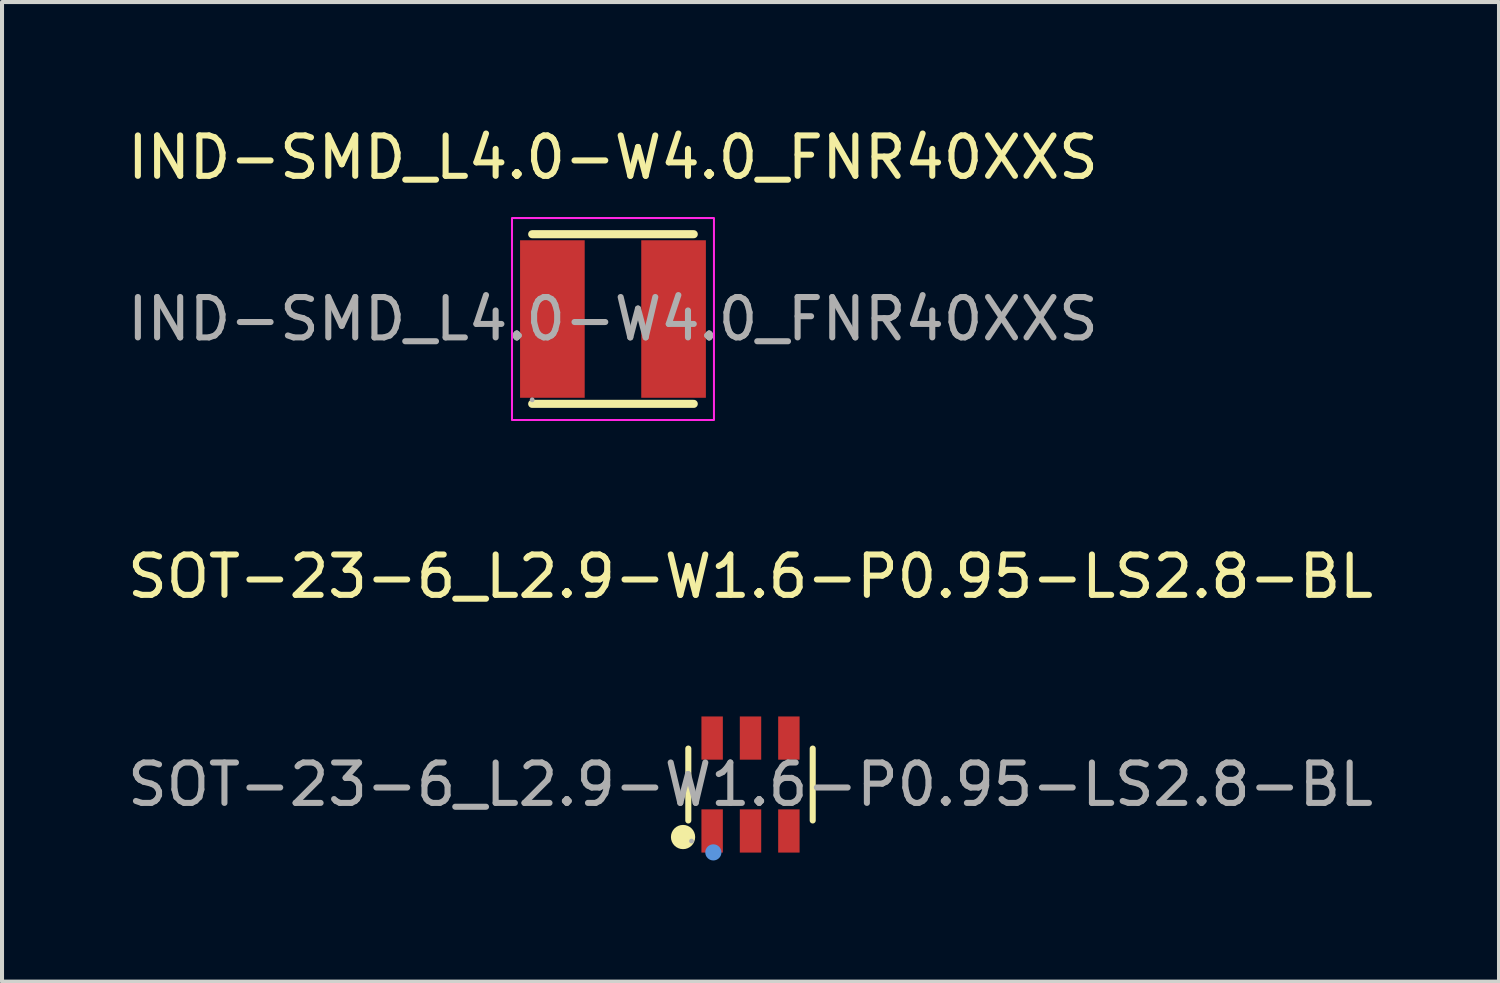
<source format=kicad_pcb>
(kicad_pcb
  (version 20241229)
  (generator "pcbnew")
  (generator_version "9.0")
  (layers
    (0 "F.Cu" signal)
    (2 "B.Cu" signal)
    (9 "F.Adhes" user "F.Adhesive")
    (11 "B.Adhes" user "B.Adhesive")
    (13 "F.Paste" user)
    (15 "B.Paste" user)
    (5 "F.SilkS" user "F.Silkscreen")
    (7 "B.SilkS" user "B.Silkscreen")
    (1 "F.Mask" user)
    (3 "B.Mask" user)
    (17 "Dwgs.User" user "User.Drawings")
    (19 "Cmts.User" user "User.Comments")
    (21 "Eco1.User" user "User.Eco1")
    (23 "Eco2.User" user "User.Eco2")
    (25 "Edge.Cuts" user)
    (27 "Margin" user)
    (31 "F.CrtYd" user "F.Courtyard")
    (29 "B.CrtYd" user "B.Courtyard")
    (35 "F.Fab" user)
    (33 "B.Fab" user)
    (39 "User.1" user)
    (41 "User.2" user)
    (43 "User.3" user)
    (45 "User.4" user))
  (footprint "IND-SMD_L4.0-W4.0_FNR40XXS"
    (layer "F.Cu")
    (at 12.125 4.848)
    (property "Reference" "IND-SMD_L4.0-W4.0_FNR40XXS" (at 0 -4 0) (layer "F.SilkS") (effects (font (size 1 1) (thickness 0.15))))
    (attr smd)
    (fp_line (start -2 -2.1) (end 2 -2.1) (stroke (width 0.2) (type solid)) (layer "F.SilkS"))
    (fp_line (start -2 2.1) (end 2 2.1) (stroke (width 0.2) (type solid)) (layer "F.SilkS"))
    (fp_rect (start -2.5 -2.5) (end 2.5 2.5) (stroke (width 0.05) (type default)) (fill no) (layer "F.CrtYd"))
    (fp_circle (center -2 2) (end -1.97 2) (stroke (width 0.06) (type solid)) (fill no) (layer "F.Fab"))
    (fp_text user "${REFERENCE}" (at 0 0 0) (layer "F.Fab") (effects (font (size 1 1) (thickness 0.15))))
    (pad "1" smd rect (at -1.5 0) (size 1.6 3.9) (layers "F.Cu" "F.Mask" "F.Paste"))
    (pad "2" smd rect (at 1.5 0) (size 1.6 3.9) (layers "F.Cu" "F.Mask" "F.Paste")))
  (footprint "SOT-23-6_L2.9-W1.6-P0.95-LS2.8-BL"
    (layer "F.Cu")
    (at 15.53 16.372)
    (property "Reference" "SOT-23-6_L2.9-W1.6-P0.95-LS2.8-BL" (at 0 -5.15 0) (layer "F.SilkS") (effects (font (size 1 1) (thickness 0.15))))
    (attr smd)
    (fp_line (start -1.54 0.89) (end -1.54 -0.89) (stroke (width 0.15) (type solid)) (layer "F.SilkS"))
    (fp_line (start 1.54 0.89) (end 1.54 -0.89) (stroke (width 0.15) (type solid)) (layer "F.SilkS"))
    (fp_circle (center -1.67 1.3) (end -1.52 1.3) (stroke (width 0.3) (type solid)) (fill no) (layer "F.SilkS"))
    (fp_circle (center -0.92 1.68) (end -0.82 1.68) (stroke (width 0.2) (type solid)) (fill no) (layer "Cmts.User"))
    (fp_circle (center -1.46 1.4) (end -1.43 1.4) (stroke (width 0.06) (type solid)) (fill no) (layer "F.Fab"))
    (fp_text user "${REFERENCE}" (at 0 0 0) (layer "F.Fab") (effects (font (size 1 1) (thickness 0.15))))
    (pad "1" smd rect (at -0.95 1.15) (size 0.53 1.07) (layers "F.Cu" "F.Mask" "F.Paste"))
    (pad "2" smd rect (at 0 1.15) (size 0.53 1.07) (layers "F.Cu" "F.Mask" "F.Paste"))
    (pad "3" smd rect (at 0.95 1.15) (size 0.53 1.07) (layers "F.Cu" "F.Mask" "F.Paste"))
    (pad "4" smd rect (at 0.95 -1.15) (size 0.53 1.07) (layers "F.Cu" "F.Mask" "F.Paste"))
    (pad "5" smd rect (at 0 -1.15) (size 0.53 1.07) (layers "F.Cu" "F.Mask" "F.Paste"))
    (pad "6" smd rect (at -0.95 -1.15) (size 0.53 1.07) (layers "F.Cu" "F.Mask" "F.Paste")))
  (gr_rect
    (start -3 -3)
    (end 34.06 21.252)
    (stroke (width 0.1) (type default))
    (fill no)
    (layer "Edge.Cuts")))
</source>
